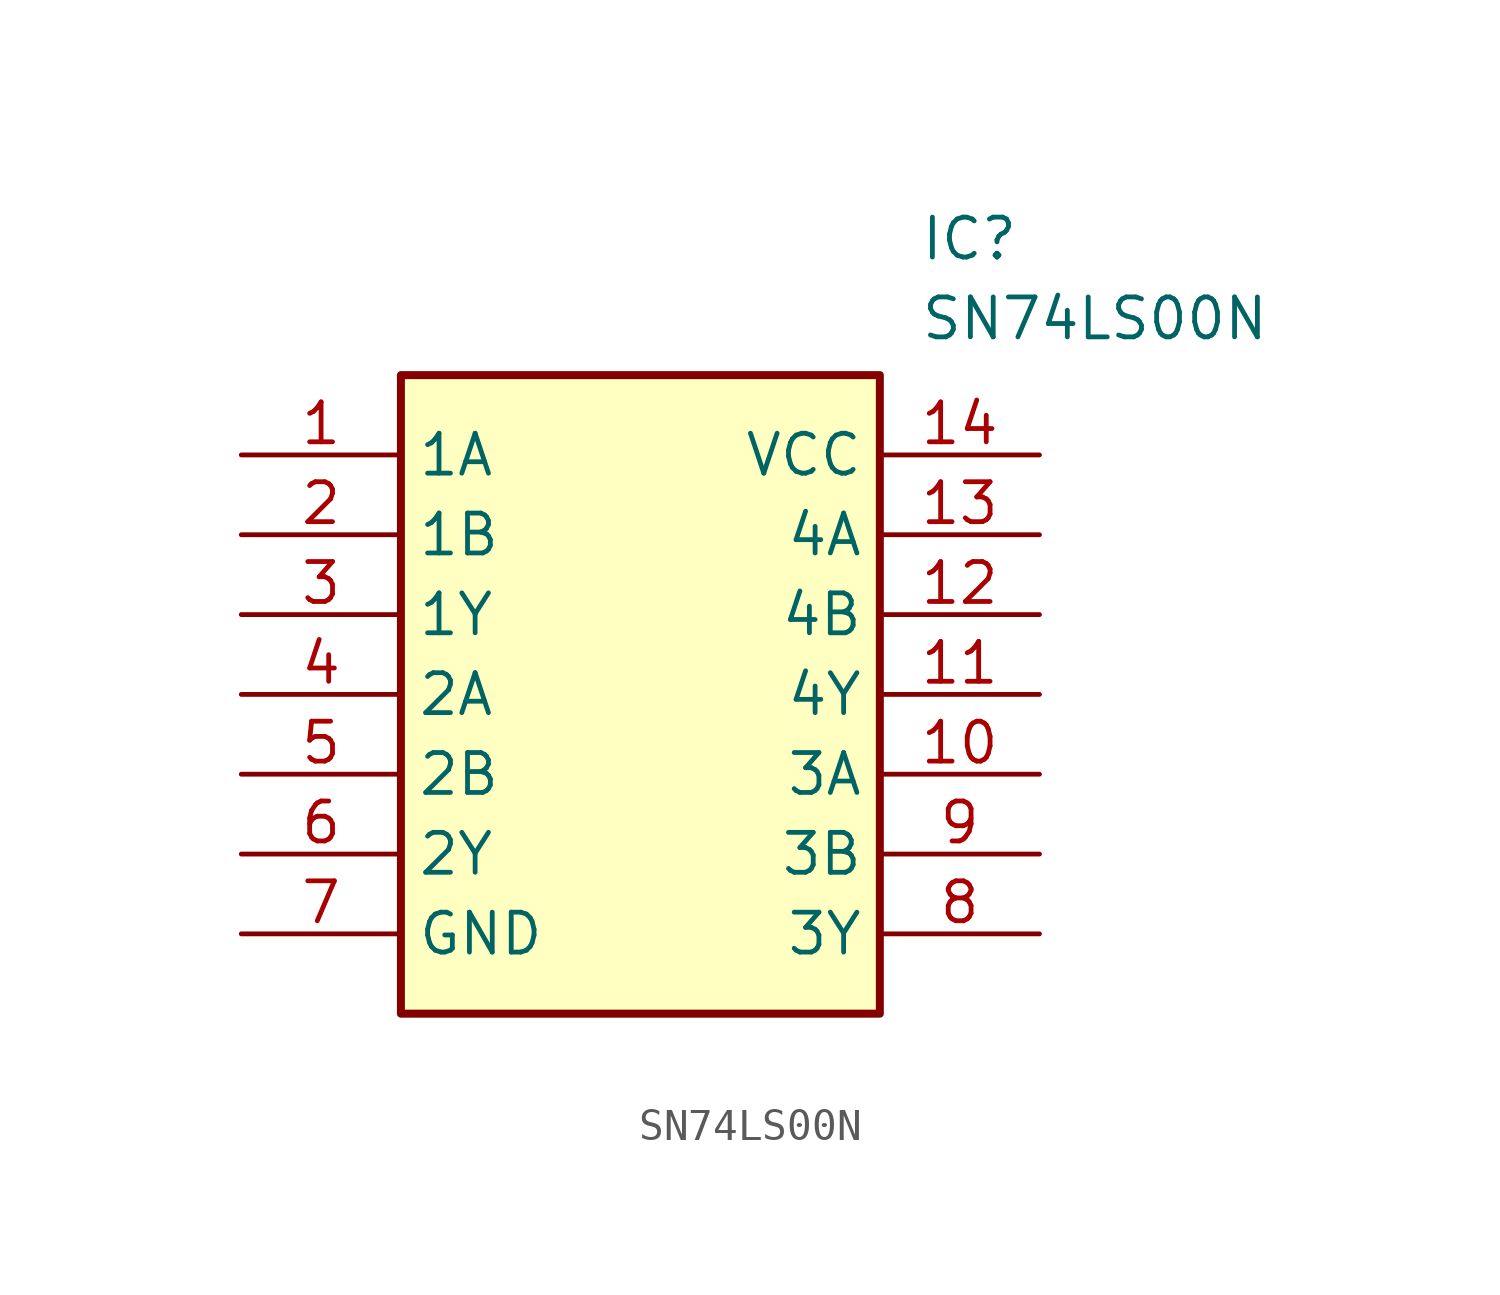
<source format=kicad_sym>
(kicad_symbol_lib
  (version 20211014)
  (generator SamacSys_ECAD_Model)
  (symbol "SN74LS00N"
    (property "Reference" "IC"
      (at 21.59 7.62 0)
      (effects (font (size 1.27 1.27)) (justify left top)))
    (property "Value" "SN74LS00N"
      (at 21.59 5.08 0)
      (effects (font (size 1.27 1.27)) (justify left top)))
    (rectangle
      (start 5.08 2.54)
      (end 20.32 -17.78)
      (stroke (width 0.254) (type default))
      (fill (type background)))
    (pin passive line
      (at 0 0 0)
      (length 5.08)
      (name "1A" (effects (font (size 1.27 1.27))))
      (number "1" (effects (font (size 1.27 1.27)))))
    (pin passive line
      (at 0 -2.54 0)
      (length 5.08)
      (name "1B" (effects (font (size 1.27 1.27))))
      (number "2" (effects (font (size 1.27 1.27)))))
    (pin passive line
      (at 0 -5.08 0)
      (length 5.08)
      (name "1Y" (effects (font (size 1.27 1.27))))
      (number "3" (effects (font (size 1.27 1.27)))))
    (pin passive line
      (at 0 -7.62 0)
      (length 5.08)
      (name "2A" (effects (font (size 1.27 1.27))))
      (number "4" (effects (font (size 1.27 1.27)))))
    (pin passive line
      (at 0 -10.16 0)
      (length 5.08)
      (name "2B" (effects (font (size 1.27 1.27))))
      (number "5" (effects (font (size 1.27 1.27)))))
    (pin passive line
      (at 0 -12.7 0)
      (length 5.08)
      (name "2Y" (effects (font (size 1.27 1.27))))
      (number "6" (effects (font (size 1.27 1.27)))))
    (pin passive line
      (at 0 -15.24 0)
      (length 5.08)
      (name "GND" (effects (font (size 1.27 1.27))))
      (number "7" (effects (font (size 1.27 1.27)))))
    (pin passive line
      (at 25.4 0 180)
      (length 5.08)
      (name "VCC" (effects (font (size 1.27 1.27))))
      (number "14" (effects (font (size 1.27 1.27)))))
    (pin passive line
      (at 25.4 -2.54 180)
      (length 5.08)
      (name "4A" (effects (font (size 1.27 1.27))))
      (number "13" (effects (font (size 1.27 1.27)))))
    (pin passive line
      (at 25.4 -5.08 180)
      (length 5.08)
      (name "4B" (effects (font (size 1.27 1.27))))
      (number "12" (effects (font (size 1.27 1.27)))))
    (pin passive line
      (at 25.4 -7.62 180)
      (length 5.08)
      (name "4Y" (effects (font (size 1.27 1.27))))
      (number "11" (effects (font (size 1.27 1.27)))))
    (pin passive line
      (at 25.4 -10.16 180)
      (length 5.08)
      (name "3A" (effects (font (size 1.27 1.27))))
      (number "10" (effects (font (size 1.27 1.27)))))
    (pin passive line
      (at 25.4 -12.7 180)
      (length 5.08)
      (name "3B" (effects (font (size 1.27 1.27))))
      (number "9" (effects (font (size 1.27 1.27)))))
    (pin passive line
      (at 25.4 -15.24 180)
      (length 5.08)
      (name "3Y" (effects (font (size 1.27 1.27))))
      (number "8" (effects (font (size 1.27 1.27)))))))
</source>
